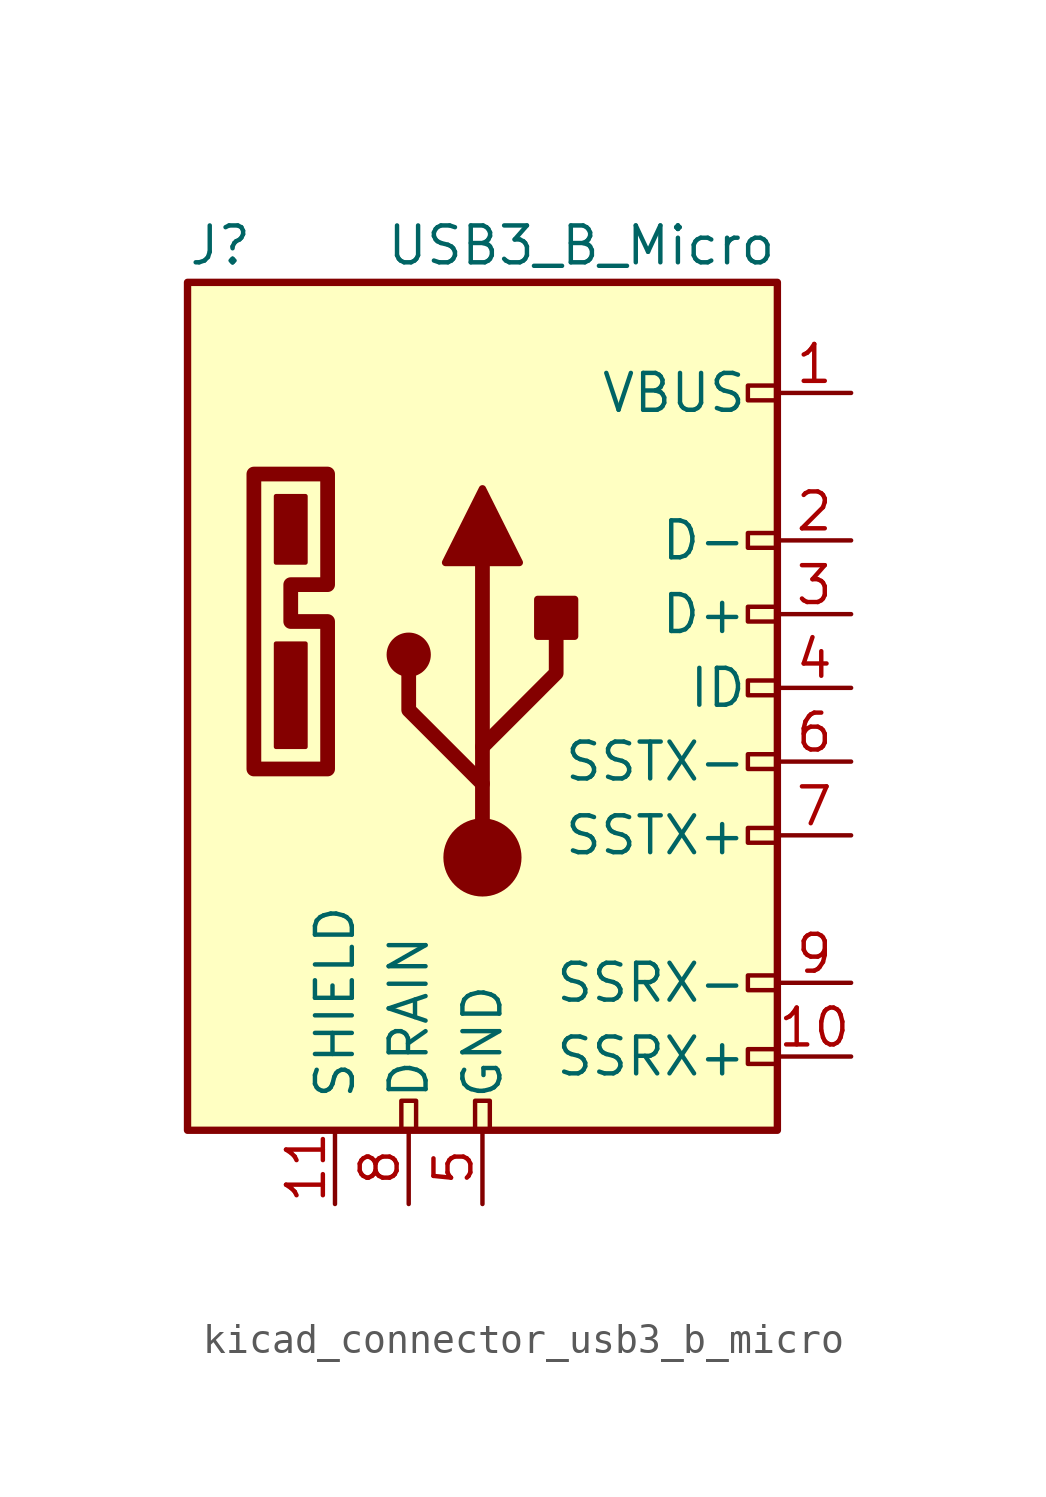
<source format=kicad_sym>
(kicad_symbol_lib
  (version 20220914)
  (generator kicad_symbol_editor)
  (symbol "kicad_connector_usb3_b_micro"
    (pin_names
      (offset 1.016))
    (property "Reference" "J"
      (at -10.16 15.24 0)
      (effects (font (size 1.27 1.27)) (justify left)))
    (property "Value" "USB3_B_Micro"
      (at 10.16 15.24 0)
      (effects (font (size 1.27 1.27)) (justify right)))
    (symbol "kicad_connector_usb3_b_micro_0_0"
      (rectangle (start -2.794 -15.24) (end -2.286 -14.224) (stroke (width 0) (type default)) (fill (type none)))
      (rectangle (start -0.254 -15.24) (end 0.254 -14.224) (stroke (width 0) (type default)) (fill (type none)))
      (rectangle (start 10.16 -12.446) (end 9.144 -12.954) (stroke (width 0) (type default)) (fill (type none)))
      (rectangle (start 10.16 -9.906) (end 9.144 -10.414) (stroke (width 0) (type default)) (fill (type none)))
      (rectangle (start 10.16 -4.826) (end 9.144 -5.334) (stroke (width 0) (type default)) (fill (type none)))
      (rectangle (start 10.16 -2.286) (end 9.144 -2.794) (stroke (width 0) (type default)) (fill (type none)))
      (rectangle (start 10.16 0.254) (end 9.144 -0.254) (stroke (width 0) (type default)) (fill (type none)))
      (rectangle (start 10.16 2.794) (end 9.144 2.286) (stroke (width 0) (type default)) (fill (type none)))
      (rectangle (start 10.16 5.334) (end 9.144 4.826) (stroke (width 0) (type default)) (fill (type none)))
      (rectangle (start 10.16 10.414) (end 9.144 9.906) (stroke (width 0) (type default)) (fill (type none))))
    (symbol "kicad_connector_usb3_b_micro_0_1"
      (rectangle (start -10.16 13.97) (end 10.16 -15.24) (stroke (width 0.254) (type default)) (fill (type background)))
      (rectangle (start -7.112 1.524) (end -6.096 -2.032) (stroke (width 0) (type default)) (fill (type outline)))
      (rectangle (start -7.112 6.604) (end -6.096 4.318) (stroke (width 0) (type default)) (fill (type outline)))
      (polyline (pts (xy -7.874 7.366) (xy -7.874 -2.794) (xy -5.334 -2.794) (xy -5.334 2.286) (xy -6.604 2.286) (xy -6.604 3.556) (xy -5.334 3.556) (xy -5.334 7.366) (xy -7.874 7.366)) (stroke (width 0.508) (type default)) (fill (type none))))
    (symbol "kicad_connector_usb3_b_micro_1_1"
      (circle (center -2.54 1.143) (radius 0.635) (stroke (width 0.254) (type default)) (fill (type outline)))
      (circle (center 0 -5.842) (radius 1.27) (stroke (width 0) (type default)) (fill (type outline)))
      (polyline (pts (xy 0 -5.842) (xy 0 4.318)) (stroke (width 0.508) (type default)) (fill (type none)))
      (polyline (pts (xy 0 -3.302) (xy -2.54 -0.762) (xy -2.54 0.508)) (stroke (width 0.508) (type default)) (fill (type none)))
      (polyline (pts (xy 0 -2.032) (xy 2.54 0.508) (xy 2.54 1.778)) (stroke (width 0.508) (type default)) (fill (type none)))
      (polyline (pts (xy -1.27 4.318) (xy 0 6.858) (xy 1.27 4.318) (xy -1.27 4.318)) (stroke (width 0.254) (type default)) (fill (type outline)))
      (rectangle (start 1.905 1.778) (end 3.175 3.048) (stroke (width 0.254) (type default)) (fill (type outline)))
      (pin power_out line (at 12.7 10.16 180) (length 2.54) (name "VBUS" (effects (font (size 1.27 1.27)))) (number "1" (effects (font (size 1.27 1.27)))))
      (pin input line (at 12.7 -12.7 180) (length 2.54) (name "SSRX+" (effects (font (size 1.27 1.27)))) (number "10" (effects (font (size 1.27 1.27)))))
      (pin passive line (at -5.08 -17.78 90) (length 2.54) (name "SHIELD" (effects (font (size 1.27 1.27)))) (number "11" (effects (font (size 1.27 1.27)))))
      (pin bidirectional line (at 12.7 5.08 180) (length 2.54) (name "D-" (effects (font (size 1.27 1.27)))) (number "2" (effects (font (size 1.27 1.27)))))
      (pin bidirectional line (at 12.7 2.54 180) (length 2.54) (name "D+" (effects (font (size 1.27 1.27)))) (number "3" (effects (font (size 1.27 1.27)))))
      (pin passive line (at 12.7 0 180) (length 2.54) (name "ID" (effects (font (size 1.27 1.27)))) (number "4" (effects (font (size 1.27 1.27)))))
      (pin power_out line (at 0 -17.78 90) (length 2.54) (name "GND" (effects (font (size 1.27 1.27)))) (number "5" (effects (font (size 1.27 1.27)))))
      (pin output line (at 12.7 -2.54 180) (length 2.54) (name "SSTX-" (effects (font (size 1.27 1.27)))) (number "6" (effects (font (size 1.27 1.27)))))
      (pin output line (at 12.7 -5.08 180) (length 2.54) (name "SSTX+" (effects (font (size 1.27 1.27)))) (number "7" (effects (font (size 1.27 1.27)))))
      (pin passive line (at -2.54 -17.78 90) (length 2.54) (name "DRAIN" (effects (font (size 1.27 1.27)))) (number "8" (effects (font (size 1.27 1.27)))))
      (pin input line (at 12.7 -10.16 180) (length 2.54) (name "SSRX-" (effects (font (size 1.27 1.27)))) (number "9" (effects (font (size 1.27 1.27))))))))
</source>
